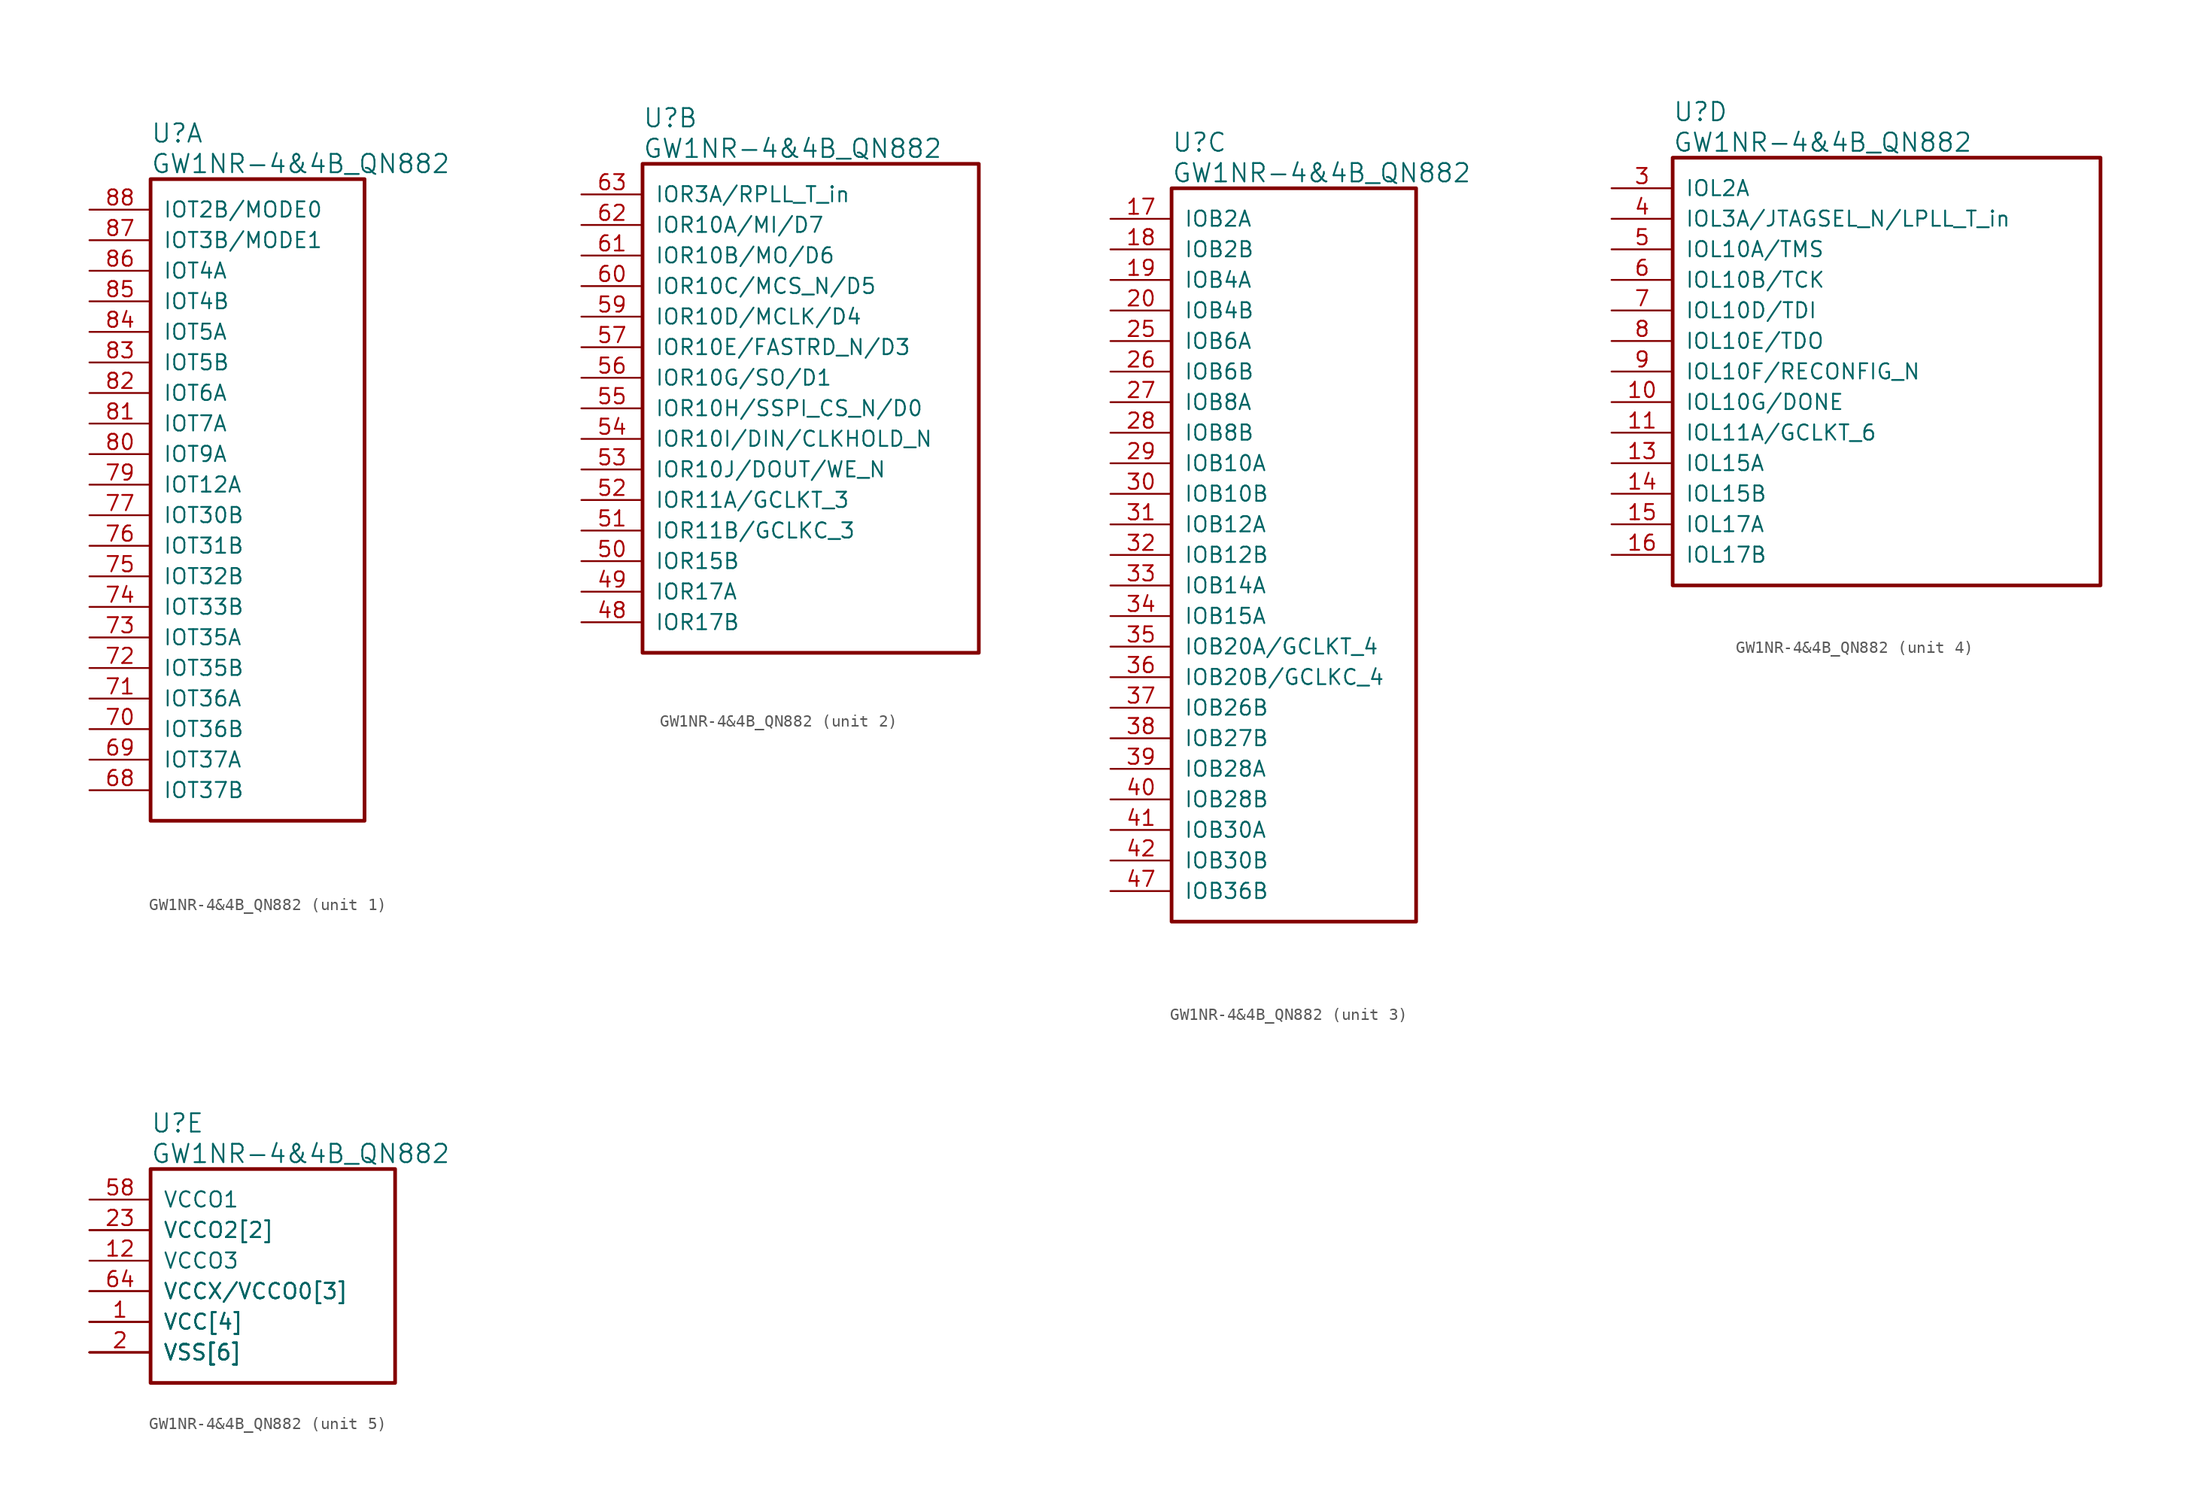
<source format=kicad_sym>
(kicad_symbol_lib
  (version 20220914)
  (generator kicad_symbol_editor)
  (symbol "GW1NR-4&4B_QN882"
    (pin_names
      (offset 1.016))
    (property "Reference" "U"
      (at 5.08 6.35 0)
      (effects (font (size 1.524 1.524)) (justify left)))
    (property "Value" "GW1NR-4&4B_QN882"
      (at 5.08 3.81 0)
      (effects (font (size 1.524 1.524)) (justify left)))
    (property "ki_locked" ""
      (at 0 0 0)
      (effects (font (size 1.27 1.27))))
    (symbol "GW1NR-4&4B_QN882_1_1"
      (rectangle (start 5.08 2.54) (end 22.86 -50.8) (stroke (width 0.305) (type solid)) (fill (type none)))
      (pin bidirectional line (at 0 -48.26 0) (length 5.08) (name "IOT37B" (effects (font (size 1.27 1.27)))) (number "68" (effects (font (size 1.27 1.27)))))
      (pin bidirectional line (at 0 -45.72 0) (length 5.08) (name "IOT37A" (effects (font (size 1.27 1.27)))) (number "69" (effects (font (size 1.27 1.27)))))
      (pin bidirectional line (at 0 -43.18 0) (length 5.08) (name "IOT36B" (effects (font (size 1.27 1.27)))) (number "70" (effects (font (size 1.27 1.27)))))
      (pin bidirectional line (at 0 -40.64 0) (length 5.08) (name "IOT36A" (effects (font (size 1.27 1.27)))) (number "71" (effects (font (size 1.27 1.27)))))
      (pin bidirectional line (at 0 -38.1 0) (length 5.08) (name "IOT35B" (effects (font (size 1.27 1.27)))) (number "72" (effects (font (size 1.27 1.27)))))
      (pin bidirectional line (at 0 -35.56 0) (length 5.08) (name "IOT35A" (effects (font (size 1.27 1.27)))) (number "73" (effects (font (size 1.27 1.27)))))
      (pin bidirectional line (at 0 -33.02 0) (length 5.08) (name "IOT33B" (effects (font (size 1.27 1.27)))) (number "74" (effects (font (size 1.27 1.27)))))
      (pin bidirectional line (at 0 -30.48 0) (length 5.08) (name "IOT32B" (effects (font (size 1.27 1.27)))) (number "75" (effects (font (size 1.27 1.27)))))
      (pin bidirectional line (at 0 -27.94 0) (length 5.08) (name "IOT31B" (effects (font (size 1.27 1.27)))) (number "76" (effects (font (size 1.27 1.27)))))
      (pin bidirectional line (at 0 -25.4 0) (length 5.08) (name "IOT30B" (effects (font (size 1.27 1.27)))) (number "77" (effects (font (size 1.27 1.27)))))
      (pin bidirectional line (at 0 -22.86 0) (length 5.08) (name "IOT12A" (effects (font (size 1.27 1.27)))) (number "79" (effects (font (size 1.27 1.27)))))
      (pin bidirectional line (at 0 -20.32 0) (length 5.08) (name "IOT9A" (effects (font (size 1.27 1.27)))) (number "80" (effects (font (size 1.27 1.27)))))
      (pin bidirectional line (at 0 -17.78 0) (length 5.08) (name "IOT7A" (effects (font (size 1.27 1.27)))) (number "81" (effects (font (size 1.27 1.27)))))
      (pin bidirectional line (at 0 -15.24 0) (length 5.08) (name "IOT6A" (effects (font (size 1.27 1.27)))) (number "82" (effects (font (size 1.27 1.27)))))
      (pin bidirectional line (at 0 -12.7 0) (length 5.08) (name "IOT5B" (effects (font (size 1.27 1.27)))) (number "83" (effects (font (size 1.27 1.27)))))
      (pin bidirectional line (at 0 -10.16 0) (length 5.08) (name "IOT5A" (effects (font (size 1.27 1.27)))) (number "84" (effects (font (size 1.27 1.27)))))
      (pin bidirectional line (at 0 -7.62 0) (length 5.08) (name "IOT4B" (effects (font (size 1.27 1.27)))) (number "85" (effects (font (size 1.27 1.27)))))
      (pin bidirectional line (at 0 -5.08 0) (length 5.08) (name "IOT4A" (effects (font (size 1.27 1.27)))) (number "86" (effects (font (size 1.27 1.27)))))
      (pin bidirectional line (at 0 -2.54 0) (length 5.08) (name "IOT3B/MODE1" (effects (font (size 1.27 1.27)))) (number "87" (effects (font (size 1.27 1.27)))))
      (pin bidirectional line (at 0 0 0) (length 5.08) (name "IOT2B/MODE0" (effects (font (size 1.27 1.27)))) (number "88" (effects (font (size 1.27 1.27))))))
    (symbol "GW1NR-4&4B_QN882_2_1"
      (rectangle (start 5.08 2.54) (end 33.02 -38.1) (stroke (width 0.305) (type solid)) (fill (type none)))
      (pin bidirectional line (at 0 -35.56 0) (length 5.08) (name "IOR17B" (effects (font (size 1.27 1.27)))) (number "48" (effects (font (size 1.27 1.27)))))
      (pin bidirectional line (at 0 -33.02 0) (length 5.08) (name "IOR17A" (effects (font (size 1.27 1.27)))) (number "49" (effects (font (size 1.27 1.27)))))
      (pin bidirectional line (at 0 -30.48 0) (length 5.08) (name "IOR15B" (effects (font (size 1.27 1.27)))) (number "50" (effects (font (size 1.27 1.27)))))
      (pin bidirectional line (at 0 -27.94 0) (length 5.08) (name "IOR11B/GCLKC_3" (effects (font (size 1.27 1.27)))) (number "51" (effects (font (size 1.27 1.27)))))
      (pin bidirectional line (at 0 -25.4 0) (length 5.08) (name "IOR11A/GCLKT_3" (effects (font (size 1.27 1.27)))) (number "52" (effects (font (size 1.27 1.27)))))
      (pin bidirectional line (at 0 -22.86 0) (length 5.08) (name "IOR10J/DOUT/WE_N" (effects (font (size 1.27 1.27)))) (number "53" (effects (font (size 1.27 1.27)))))
      (pin bidirectional line (at 0 -20.32 0) (length 5.08) (name "IOR10I/DIN/CLKHOLD_N" (effects (font (size 1.27 1.27)))) (number "54" (effects (font (size 1.27 1.27)))))
      (pin bidirectional line (at 0 -17.78 0) (length 5.08) (name "IOR10H/SSPI_CS_N/D0" (effects (font (size 1.27 1.27)))) (number "55" (effects (font (size 1.27 1.27)))))
      (pin bidirectional line (at 0 -15.24 0) (length 5.08) (name "IOR10G/SO/D1" (effects (font (size 1.27 1.27)))) (number "56" (effects (font (size 1.27 1.27)))))
      (pin bidirectional line (at 0 -12.7 0) (length 5.08) (name "IOR10E/FASTRD_N/D3" (effects (font (size 1.27 1.27)))) (number "57" (effects (font (size 1.27 1.27)))))
      (pin bidirectional line (at 0 -10.16 0) (length 5.08) (name "IOR10D/MCLK/D4" (effects (font (size 1.27 1.27)))) (number "59" (effects (font (size 1.27 1.27)))))
      (pin bidirectional line (at 0 -7.62 0) (length 5.08) (name "IOR10C/MCS_N/D5" (effects (font (size 1.27 1.27)))) (number "60" (effects (font (size 1.27 1.27)))))
      (pin bidirectional line (at 0 -5.08 0) (length 5.08) (name "IOR10B/MO/D6" (effects (font (size 1.27 1.27)))) (number "61" (effects (font (size 1.27 1.27)))))
      (pin bidirectional line (at 0 -2.54 0) (length 5.08) (name "IOR10A/MI/D7" (effects (font (size 1.27 1.27)))) (number "62" (effects (font (size 1.27 1.27)))))
      (pin bidirectional line (at 0 0 0) (length 5.08) (name "IOR3A/RPLL_T_in" (effects (font (size 1.27 1.27)))) (number "63" (effects (font (size 1.27 1.27))))))
    (symbol "GW1NR-4&4B_QN882_3_1"
      (rectangle (start 5.08 2.54) (end 25.4 -58.42) (stroke (width 0.305) (type solid)) (fill (type none)))
      (pin bidirectional line (at 0 0 0) (length 5.08) (name "IOB2A" (effects (font (size 1.27 1.27)))) (number "17" (effects (font (size 1.27 1.27)))))
      (pin bidirectional line (at 0 -2.54 0) (length 5.08) (name "IOB2B" (effects (font (size 1.27 1.27)))) (number "18" (effects (font (size 1.27 1.27)))))
      (pin bidirectional line (at 0 -5.08 0) (length 5.08) (name "IOB4A" (effects (font (size 1.27 1.27)))) (number "19" (effects (font (size 1.27 1.27)))))
      (pin bidirectional line (at 0 -7.62 0) (length 5.08) (name "IOB4B" (effects (font (size 1.27 1.27)))) (number "20" (effects (font (size 1.27 1.27)))))
      (pin bidirectional line (at 0 -10.16 0) (length 5.08) (name "IOB6A" (effects (font (size 1.27 1.27)))) (number "25" (effects (font (size 1.27 1.27)))))
      (pin bidirectional line (at 0 -12.7 0) (length 5.08) (name "IOB6B" (effects (font (size 1.27 1.27)))) (number "26" (effects (font (size 1.27 1.27)))))
      (pin bidirectional line (at 0 -15.24 0) (length 5.08) (name "IOB8A" (effects (font (size 1.27 1.27)))) (number "27" (effects (font (size 1.27 1.27)))))
      (pin bidirectional line (at 0 -17.78 0) (length 5.08) (name "IOB8B" (effects (font (size 1.27 1.27)))) (number "28" (effects (font (size 1.27 1.27)))))
      (pin bidirectional line (at 0 -20.32 0) (length 5.08) (name "IOB10A" (effects (font (size 1.27 1.27)))) (number "29" (effects (font (size 1.27 1.27)))))
      (pin bidirectional line (at 0 -22.86 0) (length 5.08) (name "IOB10B" (effects (font (size 1.27 1.27)))) (number "30" (effects (font (size 1.27 1.27)))))
      (pin bidirectional line (at 0 -25.4 0) (length 5.08) (name "IOB12A" (effects (font (size 1.27 1.27)))) (number "31" (effects (font (size 1.27 1.27)))))
      (pin bidirectional line (at 0 -27.94 0) (length 5.08) (name "IOB12B" (effects (font (size 1.27 1.27)))) (number "32" (effects (font (size 1.27 1.27)))))
      (pin bidirectional line (at 0 -30.48 0) (length 5.08) (name "IOB14A" (effects (font (size 1.27 1.27)))) (number "33" (effects (font (size 1.27 1.27)))))
      (pin bidirectional line (at 0 -33.02 0) (length 5.08) (name "IOB15A" (effects (font (size 1.27 1.27)))) (number "34" (effects (font (size 1.27 1.27)))))
      (pin bidirectional line (at 0 -35.56 0) (length 5.08) (name "IOB20A/GCLKT_4" (effects (font (size 1.27 1.27)))) (number "35" (effects (font (size 1.27 1.27)))))
      (pin bidirectional line (at 0 -38.1 0) (length 5.08) (name "IOB20B/GCLKC_4" (effects (font (size 1.27 1.27)))) (number "36" (effects (font (size 1.27 1.27)))))
      (pin bidirectional line (at 0 -40.64 0) (length 5.08) (name "IOB26B" (effects (font (size 1.27 1.27)))) (number "37" (effects (font (size 1.27 1.27)))))
      (pin bidirectional line (at 0 -43.18 0) (length 5.08) (name "IOB27B" (effects (font (size 1.27 1.27)))) (number "38" (effects (font (size 1.27 1.27)))))
      (pin bidirectional line (at 0 -45.72 0) (length 5.08) (name "IOB28A" (effects (font (size 1.27 1.27)))) (number "39" (effects (font (size 1.27 1.27)))))
      (pin bidirectional line (at 0 -48.26 0) (length 5.08) (name "IOB28B" (effects (font (size 1.27 1.27)))) (number "40" (effects (font (size 1.27 1.27)))))
      (pin bidirectional line (at 0 -50.8 0) (length 5.08) (name "IOB30A" (effects (font (size 1.27 1.27)))) (number "41" (effects (font (size 1.27 1.27)))))
      (pin bidirectional line (at 0 -53.34 0) (length 5.08) (name "IOB30B" (effects (font (size 1.27 1.27)))) (number "42" (effects (font (size 1.27 1.27)))))
      (pin bidirectional line (at 0 -55.88 0) (length 5.08) (name "IOB36B" (effects (font (size 1.27 1.27)))) (number "47" (effects (font (size 1.27 1.27))))))
    (symbol "GW1NR-4&4B_QN882_4_1"
      (rectangle (start 5.08 2.54) (end 40.64 -33.02) (stroke (width 0.305) (type solid)) (fill (type none)))
      (pin bidirectional line (at 0 -17.78 0) (length 5.08) (name "IOL10G/DONE" (effects (font (size 1.27 1.27)))) (number "10" (effects (font (size 1.27 1.27)))))
      (pin bidirectional line (at 0 -20.32 0) (length 5.08) (name "IOL11A/GCLKT_6" (effects (font (size 1.27 1.27)))) (number "11" (effects (font (size 1.27 1.27)))))
      (pin bidirectional line (at 0 -22.86 0) (length 5.08) (name "IOL15A" (effects (font (size 1.27 1.27)))) (number "13" (effects (font (size 1.27 1.27)))))
      (pin bidirectional line (at 0 -25.4 0) (length 5.08) (name "IOL15B" (effects (font (size 1.27 1.27)))) (number "14" (effects (font (size 1.27 1.27)))))
      (pin bidirectional line (at 0 -27.94 0) (length 5.08) (name "IOL17A" (effects (font (size 1.27 1.27)))) (number "15" (effects (font (size 1.27 1.27)))))
      (pin bidirectional line (at 0 -30.48 0) (length 5.08) (name "IOL17B" (effects (font (size 1.27 1.27)))) (number "16" (effects (font (size 1.27 1.27)))))
      (pin bidirectional line (at 0 0 0) (length 5.08) (name "IOL2A" (effects (font (size 1.27 1.27)))) (number "3" (effects (font (size 1.27 1.27)))))
      (pin bidirectional line (at 0 -2.54 0) (length 5.08) (name "IOL3A/JTAGSEL_N/LPLL_T_in" (effects (font (size 1.27 1.27)))) (number "4" (effects (font (size 1.27 1.27)))))
      (pin bidirectional line (at 0 -5.08 0) (length 5.08) (name "IOL10A/TMS" (effects (font (size 1.27 1.27)))) (number "5" (effects (font (size 1.27 1.27)))))
      (pin bidirectional line (at 0 -7.62 0) (length 5.08) (name "IOL10B/TCK" (effects (font (size 1.27 1.27)))) (number "6" (effects (font (size 1.27 1.27)))))
      (pin bidirectional line (at 0 -10.16 0) (length 5.08) (name "IOL10D/TDI" (effects (font (size 1.27 1.27)))) (number "7" (effects (font (size 1.27 1.27)))))
      (pin bidirectional line (at 0 -12.7 0) (length 5.08) (name "IOL10E/TDO" (effects (font (size 1.27 1.27)))) (number "8" (effects (font (size 1.27 1.27)))))
      (pin bidirectional line (at 0 -15.24 0) (length 5.08) (name "IOL10F/RECONFIG_N" (effects (font (size 1.27 1.27)))) (number "9" (effects (font (size 1.27 1.27))))))
    (symbol "GW1NR-4&4B_QN882_5_1"
      (rectangle (start 5.08 2.54) (end 25.4 -15.24) (stroke (width 0.305) (type solid)) (fill (type none)))
      (pin power_in line (at 0 -10.16 0) (length 5.08) (name "VCC[4]" (effects (font (size 1.27 1.27)))) (number "1" (effects (font (size 1.27 1.27)))))
      (pin power_in line (at 0 -5.08 0) (length 5.08) (name "VCCO3" (effects (font (size 1.27 1.27)))) (number "12" (effects (font (size 1.27 1.27)))))
      (pin power_in line (at 0 -12.7 0) (length 5.08) (name "VSS[6]" (effects (font (size 1.27 1.27)))) (number "2" (effects (font (size 1.27 1.27)))))
      (pin power_in line (at 0 -12.7 0) (length 5.08) (name "VSS[6]" (effects (font (size 1.27 1.27)))) (number "21" (effects (font (size 0 0)))))
      (pin power_in line (at 0 -10.16 0) (length 5.08) (name "VCC[4]" (effects (font (size 1.27 1.27)))) (number "22" (effects (font (size 0 0)))))
      (pin power_in line (at 0 -2.54 0) (length 5.08) (name "VCCO2[2]" (effects (font (size 1.27 1.27)))) (number "23" (effects (font (size 1.27 1.27)))))
      (pin power_in line (at 0 -12.7 0) (length 5.08) (name "VSS[6]" (effects (font (size 1.27 1.27)))) (number "24" (effects (font (size 0 0)))))
      (pin power_in line (at 0 -12.7 0) (length 5.08) (name "VSS[6]" (effects (font (size 1.27 1.27)))) (number "43" (effects (font (size 0 0)))))
      (pin power_in line (at 0 -2.54 0) (length 5.08) (name "VCCO2[2]" (effects (font (size 1.27 1.27)))) (number "44" (effects (font (size 0 0)))))
      (pin power_in line (at 0 -10.16 0) (length 5.08) (name "VCC[4]" (effects (font (size 1.27 1.27)))) (number "45" (effects (font (size 0 0)))))
      (pin power_in line (at 0 -12.7 0) (length 5.08) (name "VSS[6]" (effects (font (size 1.27 1.27)))) (number "46" (effects (font (size 0 0)))))
      (pin power_in line (at 0 0 0) (length 5.08) (name "VCCO1" (effects (font (size 1.27 1.27)))) (number "58" (effects (font (size 1.27 1.27)))))
      (pin power_in line (at 0 -7.62 0) (length 5.08) (name "VCCX/VCCO0[3]" (effects (font (size 1.27 1.27)))) (number "64" (effects (font (size 1.27 1.27)))))
      (pin power_in line (at 0 -12.7 0) (length 5.08) (name "VSS[6]" (effects (font (size 1.27 1.27)))) (number "65" (effects (font (size 0 0)))))
      (pin power_in line (at 0 -10.16 0) (length 5.08) (name "VCC[4]" (effects (font (size 1.27 1.27)))) (number "66" (effects (font (size 0 0)))))
      (pin power_in line (at 0 -7.62 0) (length 5.08) (name "VCCX/VCCO0[3]" (effects (font (size 1.27 1.27)))) (number "67" (effects (font (size 0 0)))))
      (pin power_in line (at 0 -7.62 0) (length 5.08) (name "VCCX/VCCO0[3]" (effects (font (size 1.27 1.27)))) (number "78" (effects (font (size 0 0))))))))
</source>
